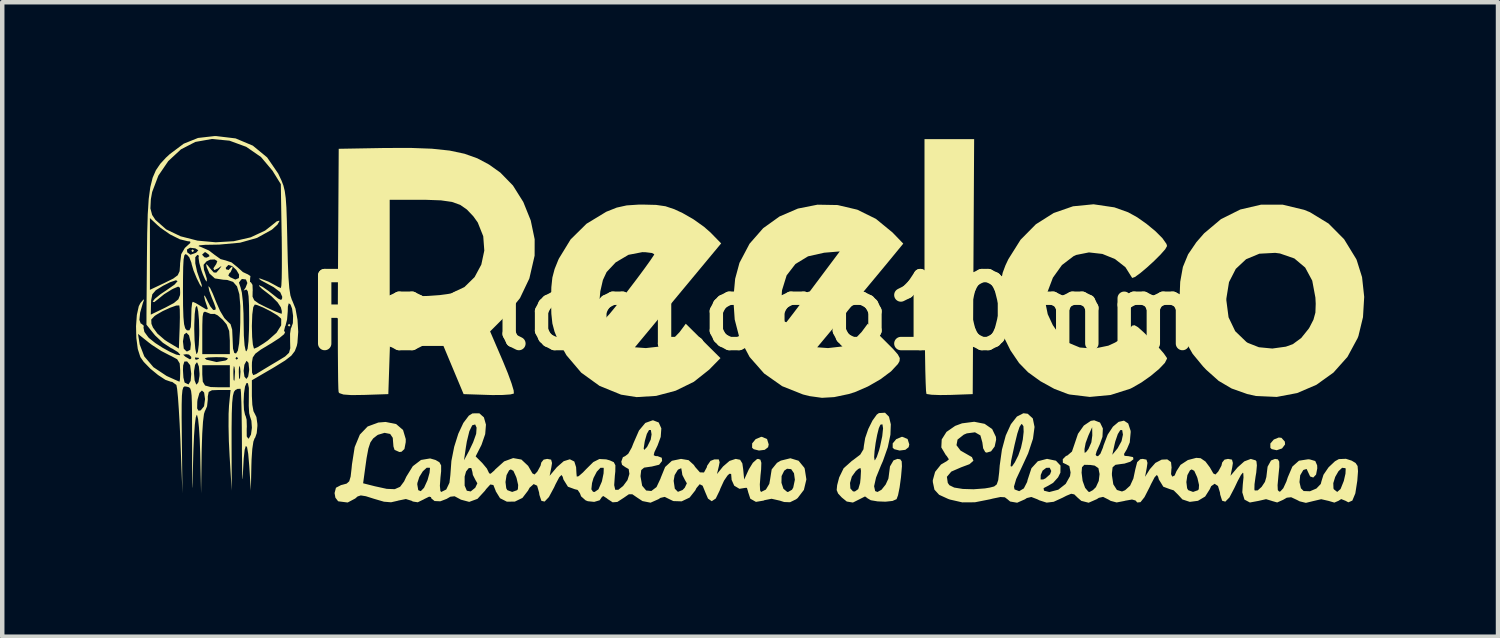
<source format=kicad_pcb>
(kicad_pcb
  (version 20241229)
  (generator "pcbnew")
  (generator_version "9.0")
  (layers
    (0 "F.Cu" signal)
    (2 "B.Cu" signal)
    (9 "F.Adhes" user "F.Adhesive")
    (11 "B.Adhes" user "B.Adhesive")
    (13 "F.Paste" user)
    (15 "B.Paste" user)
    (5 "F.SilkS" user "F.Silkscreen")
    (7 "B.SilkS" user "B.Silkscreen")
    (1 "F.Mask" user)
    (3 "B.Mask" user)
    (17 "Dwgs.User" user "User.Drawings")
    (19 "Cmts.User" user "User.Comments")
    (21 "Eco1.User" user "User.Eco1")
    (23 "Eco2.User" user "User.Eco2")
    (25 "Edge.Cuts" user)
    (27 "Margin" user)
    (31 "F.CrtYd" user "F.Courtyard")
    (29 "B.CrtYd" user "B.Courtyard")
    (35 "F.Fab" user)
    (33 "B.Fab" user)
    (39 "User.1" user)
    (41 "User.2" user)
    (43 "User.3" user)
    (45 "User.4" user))
  (footprint "ReelcoLogo10mm"
    (layer "F.Cu")
    (at 13.845 3.963)
    (property "Reference" "ReelcoLogo10mm" (at 0 0 0) (layer "F.SilkS") (effects (font (size 1.524 1.524) (thickness 0.3))))
    (attr board_only exclude_from_pos_files exclude_from_bom)
    (fp_poly (pts (xy -12.545 -1.391) (xy -12.576 -1.36) (xy -12.607 -1.391) (xy -12.576 -1.421)) (stroke (width 0) (type solid)) (fill yes) (layer "F.SilkS"))
    (fp_poly (pts (xy -10.382 0.278) (xy -10.413 0.309) (xy -10.444 0.278) (xy -10.413 0.247)) (stroke (width 0) (type solid)) (fill yes) (layer "F.SilkS"))
    (fp_poly (pts (xy 11.835 2.803) (xy 11.911 2.888) (xy 11.916 2.951) (xy 11.848 3.041) (xy 11.728 3.081) (xy 11.616 3.056) (xy 11.586 3.026) (xy 11.586 2.931) (xy 11.663 2.841) (xy 11.774 2.796)) (stroke (width 0) (type solid)) (fill yes) (layer "F.SilkS"))
    (fp_poly (pts (xy 0.302 2.83) (xy 0.339 2.951) (xy 0.326 3.013) (xy 0.25 3.072) (xy 0.121 3.088) (xy 0.003 3.058) (xy -0.033 3.026) (xy -0.032 2.928) (xy 0.046 2.833) (xy 0.166 2.782) (xy 0.186 2.781)) (stroke (width 0) (type solid)) (fill yes) (layer "F.SilkS"))
    (fp_poly (pts (xy 3.453 2.83) (xy 3.491 2.951) (xy 3.477 3.013) (xy 3.402 3.072) (xy 3.273 3.088) (xy 3.155 3.058) (xy 3.119 3.026) (xy 3.119 2.928) (xy 3.198 2.833) (xy 3.318 2.782) (xy 3.338 2.781)) (stroke (width 0) (type solid)) (fill yes) (layer "F.SilkS"))
    (fp_poly (pts (xy 4.929 -1.035) (xy 4.913 1.823) (xy 4.416 1.841) (xy 4.179 1.844) (xy 3.991 1.837) (xy 3.885 1.821) (xy 3.875 1.815) (xy 3.866 1.746) (xy 3.858 1.566) (xy 3.85 1.288) (xy 3.844 0.923) (xy 3.839 0.484) (xy 3.835 -0.016) (xy 3.832 -0.564) (xy 3.832 -1.061) (xy 3.832 -3.893) (xy 4.945 -3.893)) (stroke (width 0) (type solid)) (fill yes) (layer "F.SilkS"))
    (fp_poly (pts (xy 11.864 -2.424) (xy 12.342 -2.309) (xy 12.473 -2.256) (xy 12.891 -2.001) (xy 13.24 -1.649) (xy 13.51 -1.208) (xy 13.521 -1.185) (xy 13.642 -0.799) (xy 13.69 -0.357) (xy 13.663 0.097) (xy 13.561 0.519) (xy 13.542 0.568) (xy 13.315 0.988) (xy 13.001 1.34) (xy 12.619 1.614) (xy 12.188 1.799) (xy 11.729 1.886) (xy 11.261 1.865) (xy 11.067 1.821) (xy 10.718 1.697) (xy 10.428 1.527) (xy 10.15 1.279) (xy 10.075 1.2) (xy 9.844 0.92) (xy 9.688 0.648) (xy 9.596 0.35) (xy 9.554 -0.011) (xy 9.548 -0.278) (xy 9.548 -0.283) (xy 10.599 -0.283) (xy 10.649 0.101) (xy 10.798 0.412) (xy 11.048 0.653) (xy 11.08 0.674) (xy 11.329 0.772) (xy 11.63 0.801) (xy 11.934 0.759) (xy 12.09 0.703) (xy 12.277 0.566) (xy 12.445 0.357) (xy 12.462 0.33) (xy 12.552 0.155) (xy 12.596 -0.004) (xy 12.603 -0.203) (xy 12.596 -0.341) (xy 12.525 -0.721) (xy 12.367 -1.014) (xy 12.125 -1.218) (xy 11.802 -1.33) (xy 11.694 -1.344) (xy 11.34 -1.325) (xy 11.042 -1.201) (xy 10.811 -0.985) (xy 10.659 -0.688) (xy 10.6 -0.322) (xy 10.599 -0.283) (xy 9.548 -0.283) (xy 9.565 -0.694) (xy 9.625 -1.027) (xy 9.742 -1.311) (xy 9.928 -1.584) (xy 10.101 -1.782) (xy 10.479 -2.1) (xy 10.912 -2.316) (xy 11.38 -2.425)) (stroke (width 0) (type solid)) (fill yes) (layer "F.SilkS"))
    (fp_poly (pts (xy 1.883 -2.416) (xy 2.325 -2.312) (xy 2.743 -2.106) (xy 3.115 -1.801) (xy 3.356 -1.551) (xy 3.011 -1.131) (xy 2.842 -0.927) (xy 2.62 -0.66) (xy 2.37 -0.359) (xy 2.118 -0.055) (xy 2.046 0.031) (xy 1.427 0.773) (xy 1.668 0.791) (xy 1.976 0.756) (xy 2.251 0.609) (xy 2.422 0.43) (xy 2.559 0.245) (xy 2.943 0.626) (xy 3.127 0.81) (xy 3.234 0.933) (xy 3.278 1.015) (xy 3.273 1.082) (xy 3.236 1.148) (xy 3.081 1.314) (xy 2.845 1.49) (xy 2.563 1.652) (xy 2.273 1.778) (xy 2.135 1.821) (xy 1.807 1.89) (xy 1.533 1.906) (xy 1.257 1.868) (xy 1.108 1.831) (xy 0.641 1.645) (xy 0.236 1.36) (xy -0.089 0.991) (xy -0.317 0.561) (xy -0.423 0.151) (xy -0.452 -0.274) (xy 0.624 -0.274) (xy 0.634 -0.075) (xy 0.658 0.093) (xy 0.694 0.198) (xy 0.735 0.211) (xy 0.737 0.209) (xy 0.789 0.143) (xy 0.902 -0.004) (xy 1.06 -0.213) (xy 1.25 -0.465) (xy 1.359 -0.611) (xy 1.932 -1.376) (xy 1.582 -1.347) (xy 1.221 -1.266) (xy 0.938 -1.094) (xy 0.741 -0.839) (xy 0.639 -0.509) (xy 0.635 -0.474) (xy 0.624 -0.274) (xy -0.452 -0.274) (xy -0.455 -0.307) (xy -0.413 -0.763) (xy -0.316 -1.121) (xy -0.09 -1.549) (xy 0.215 -1.897) (xy 0.582 -2.16) (xy 0.994 -2.337) (xy 1.433 -2.424)) (stroke (width 0) (type solid)) (fill yes) (layer "F.SilkS"))
    (fp_poly (pts (xy -7.212 -3.679) (xy -6.814 -3.637) (xy -6.48 -3.566) (xy -6.192 -3.463) (xy -5.931 -3.324) (xy -5.678 -3.144) (xy -5.677 -3.143) (xy -5.395 -2.854) (xy -5.163 -2.485) (xy -4.996 -2.071) (xy -4.908 -1.649) (xy -4.909 -1.281) (xy -5.027 -0.77) (xy -5.237 -0.329) (xy -5.552 0.061) (xy -5.559 0.069) (xy -5.907 0.417) (xy -5.618 1.089) (xy -5.509 1.355) (xy -5.427 1.58) (xy -5.379 1.74) (xy -5.374 1.81) (xy -5.452 1.83) (xy -5.623 1.842) (xy -5.855 1.844) (xy -5.96 1.841) (xy -6.501 1.823) (xy -6.727 1.283) (xy -6.953 0.743) (xy -7.553 0.742) (xy -8.153 0.742) (xy -8.189 1.823) (xy -8.73 1.841) (xy -9.016 1.845) (xy -9.195 1.832) (xy -9.286 1.801) (xy -9.303 1.779) (xy -9.309 1.702) (xy -9.314 1.515) (xy -9.317 1.23) (xy -9.32 0.861) (xy -9.321 0.42) (xy -9.321 -0.079) (xy -9.32 -0.371) (xy -8.158 -0.371) (xy -7.586 -0.371) (xy -7.301 -0.378) (xy -7.035 -0.397) (xy -6.832 -0.425) (xy -6.781 -0.436) (xy -6.483 -0.577) (xy -6.255 -0.8) (xy -6.104 -1.081) (xy -6.037 -1.395) (xy -6.061 -1.717) (xy -6.184 -2.025) (xy -6.282 -2.162) (xy -6.427 -2.315) (xy -6.578 -2.42) (xy -6.763 -2.486) (xy -7.008 -2.521) (xy -7.34 -2.533) (xy -7.475 -2.534) (xy -8.158 -2.534) (xy -8.158 -0.371) (xy -9.32 -0.371) (xy -9.319 -0.624) (xy -9.317 -0.989) (xy -9.301 -3.677) (xy -8.281 -3.695) (xy -7.695 -3.697)) (stroke (width 0) (type solid)) (fill yes) (layer "F.SilkS"))
    (fp_poly (pts (xy -2.185 -2.419) (xy -1.976 -2.389) (xy -1.778 -2.323) (xy -1.591 -2.236) (xy -1.347 -2.096) (xy -1.111 -1.928) (xy -0.966 -1.801) (xy -0.727 -1.556) (xy -1.694 -0.392) (xy -2.661 0.773) (xy -2.416 0.791) (xy -2.103 0.756) (xy -1.827 0.609) (xy -1.657 0.43) (xy -1.52 0.245) (xy -1.131 0.63) (xy -0.742 1.016) (xy -0.997 1.276) (xy -1.339 1.547) (xy -1.746 1.746) (xy -2.185 1.863) (xy -2.624 1.89) (xy -2.971 1.835) (xy -3.454 1.638) (xy -3.864 1.342) (xy -4.196 0.951) (xy -4.381 0.621) (xy -4.462 0.424) (xy -4.511 0.239) (xy -4.534 0.02) (xy -4.539 -0.209) (xy -3.461 -0.209) (xy -3.447 0.039) (xy -3.435 0.094) (xy -3.415 0.149) (xy -3.382 0.164) (xy -3.326 0.129) (xy -3.234 0.032) (xy -3.095 -0.138) (xy -2.898 -0.392) (xy -2.811 -0.506) (xy -2.61 -0.77) (xy -2.439 -1.001) (xy -2.311 -1.18) (xy -2.238 -1.289) (xy -2.226 -1.313) (xy -2.28 -1.341) (xy -2.419 -1.358) (xy -2.494 -1.36) (xy -2.805 -1.3) (xy -3.092 -1.13) (xy -3.295 -0.914) (xy -3.378 -0.735) (xy -3.436 -0.483) (xy -3.461 -0.209) (xy -4.539 -0.209) (xy -4.54 -0.277) (xy -4.54 -0.278) (xy -4.534 -0.573) (xy -4.511 -0.791) (xy -4.461 -0.981) (xy -4.377 -1.189) (xy -4.362 -1.22) (xy -4.102 -1.645) (xy -3.745 -1.997) (xy -3.305 -2.264) (xy -3.294 -2.269) (xy -3.067 -2.359) (xy -2.845 -2.408) (xy -2.573 -2.426) (xy -2.463 -2.426)) (stroke (width 0) (type solid)) (fill yes) (layer "F.SilkS"))
    (fp_poly (pts (xy 8.09 -2.364) (xy 8.397 -2.254) (xy 8.597 -2.144) (xy 8.809 -1.995) (xy 9.008 -1.831) (xy 9.166 -1.673) (xy 9.257 -1.544) (xy 9.27 -1.498) (xy 9.23 -1.426) (xy 9.125 -1.307) (xy 8.981 -1.163) (xy 8.82 -1.016) (xy 8.669 -0.889) (xy 8.55 -0.803) (xy 8.489 -0.781) (xy 8.486 -0.785) (xy 8.336 -1.023) (xy 8.103 -1.205) (xy 7.82 -1.32) (xy 7.519 -1.354) (xy 7.233 -1.297) (xy 7.173 -1.269) (xy 6.914 -1.071) (xy 6.711 -0.788) (xy 6.585 -0.456) (xy 6.551 -0.183) (xy 6.595 0.032) (xy 6.709 0.277) (xy 6.867 0.504) (xy 7.039 0.664) (xy 7.315 0.778) (xy 7.633 0.803) (xy 7.953 0.737) (xy 8.103 0.668) (xy 8.248 0.58) (xy 8.335 0.514) (xy 8.345 0.498) (xy 8.38 0.428) (xy 8.438 0.343) (xy 8.488 0.288) (xy 8.541 0.278) (xy 8.619 0.323) (xy 8.744 0.435) (xy 8.9 0.588) (xy 9.07 0.764) (xy 9.198 0.912) (xy 9.265 1.009) (xy 9.27 1.026) (xy 9.221 1.123) (xy 9.092 1.258) (xy 8.909 1.411) (xy 8.7 1.559) (xy 8.492 1.679) (xy 8.443 1.703) (xy 8.005 1.842) (xy 7.538 1.886) (xy 7.088 1.832) (xy 7.045 1.821) (xy 6.742 1.705) (xy 6.43 1.533) (xy 6.154 1.333) (xy 5.956 1.13) (xy 5.953 1.127) (xy 5.761 0.845) (xy 5.636 0.594) (xy 5.565 0.332) (xy 5.535 0.016) (xy 5.531 -0.216) (xy 5.535 -0.514) (xy 5.55 -0.728) (xy 5.585 -0.898) (xy 5.646 -1.062) (xy 5.712 -1.202) (xy 5.986 -1.638) (xy 6.329 -1.985) (xy 6.727 -2.237) (xy 7.162 -2.388) (xy 7.622 -2.433)) (stroke (width 0) (type solid)) (fill yes) (layer "F.SilkS"))
    (fp_poly (pts (xy 3.036 2.33) (xy 3.077 2.5) (xy 3.068 2.734) (xy 3.009 3.014) (xy 2.9 3.323) (xy 2.857 3.42) (xy 2.746 3.693) (xy 2.702 3.888) (xy 2.726 3.997) (xy 2.778 4.017) (xy 2.868 3.967) (xy 2.961 3.851) (xy 3.022 3.719) (xy 3.029 3.672) (xy 3.058 3.445) (xy 3.137 3.309) (xy 3.226 3.275) (xy 3.289 3.285) (xy 3.321 3.331) (xy 3.326 3.441) (xy 3.309 3.642) (xy 3.304 3.693) (xy 3.274 3.914) (xy 3.239 4.089) (xy 3.206 4.178) (xy 3.115 4.218) (xy 2.957 4.235) (xy 2.78 4.228) (xy 2.628 4.202) (xy 2.55 4.156) (xy 2.548 4.152) (xy 2.499 4.117) (xy 2.391 4.172) (xy 2.227 4.254) (xy 2.089 4.231) (xy 1.978 4.141) (xy 1.895 4.052) (xy 1.863 3.974) (xy 1.874 3.863) (xy 1.887 3.814) (xy 2.162 3.814) (xy 2.17 3.938) (xy 2.229 4.004) (xy 2.271 4.006) (xy 2.347 3.953) (xy 2.388 3.816) (xy 2.399 3.71) (xy 2.408 3.542) (xy 2.396 3.479) (xy 2.348 3.5) (xy 2.291 3.55) (xy 2.203 3.672) (xy 2.162 3.814) (xy 1.887 3.814) (xy 1.919 3.691) (xy 2.019 3.485) (xy 2.205 3.319) (xy 2.228 3.304) (xy 2.317 3.236) (xy 2.703 3.236) (xy 2.713 3.304) (xy 2.722 3.304) (xy 2.762 3.233) (xy 2.813 3.084) (xy 2.835 3.002) (xy 2.885 2.765) (xy 2.903 2.591) (xy 2.889 2.5) (xy 2.844 2.508) (xy 2.808 2.587) (xy 2.771 2.735) (xy 2.737 2.916) (xy 2.713 3.095) (xy 2.703 3.236) (xy 2.317 3.236) (xy 2.392 3.179) (xy 2.464 3.059) (xy 2.473 2.981) (xy 2.502 2.807) (xy 2.572 2.604) (xy 2.666 2.415) (xy 2.762 2.282) (xy 2.81 2.248) (xy 2.947 2.24)) (stroke (width 0) (type solid)) (fill yes) (layer "F.SilkS"))
    (fp_poly (pts (xy 6.145 2.263) (xy 6.26 2.368) (xy 6.299 2.559) (xy 6.264 2.824) (xy 6.155 3.153) (xy 6.013 3.461) (xy 5.888 3.727) (xy 5.838 3.896) (xy 5.85 3.959) (xy 5.955 3.999) (xy 6.059 3.937) (xy 6.133 3.793) (xy 6.143 3.748) (xy 6.147 3.736) (xy 6.435 3.736) (xy 6.493 3.737) (xy 6.546 3.711) (xy 6.647 3.62) (xy 6.674 3.547) (xy 6.639 3.473) (xy 6.561 3.476) (xy 6.48 3.538) (xy 6.438 3.636) (xy 6.435 3.736) (xy 6.147 3.736) (xy 6.23 3.484) (xy 6.373 3.328) (xy 6.576 3.275) (xy 6.583 3.275) (xy 6.779 3.316) (xy 6.881 3.425) (xy 6.879 3.584) (xy 6.827 3.689) (xy 6.715 3.813) (xy 6.606 3.877) (xy 6.502 3.931) (xy 6.511 3.988) (xy 6.625 4.017) (xy 6.635 4.017) (xy 6.831 3.966) (xy 6.997 3.836) (xy 7.095 3.662) (xy 7.106 3.585) (xy 7.354 3.585) (xy 7.377 3.768) (xy 7.433 3.924) (xy 7.507 4.011) (xy 7.532 4.017) (xy 7.608 3.975) (xy 7.675 3.909) (xy 7.739 3.769) (xy 7.757 3.615) (xy 7.731 3.483) (xy 7.648 3.426) (xy 7.55 3.411) (xy 7.415 3.408) (xy 7.363 3.462) (xy 7.354 3.585) (xy 7.106 3.585) (xy 7.107 3.58) (xy 7.079 3.436) (xy 7.014 3.399) (xy 6.934 3.362) (xy 6.932 3.282) (xy 7.003 3.211) (xy 7.037 3.198) (xy 7.138 3.111) (xy 7.157 3.055) (xy 7.419 3.055) (xy 7.422 3.139) (xy 7.454 3.123) (xy 7.507 3.055) (xy 7.573 2.905) (xy 7.594 2.75) (xy 7.591 2.565) (xy 7.507 2.75) (xy 7.445 2.918) (xy 7.419 3.055) (xy 7.157 3.055) (xy 7.193 2.95) (xy 7.273 2.713) (xy 7.404 2.528) (xy 7.56 2.423) (xy 7.636 2.41) (xy 7.767 2.46) (xy 7.831 2.592) (xy 7.822 2.781) (xy 7.764 2.944) (xy 7.691 3.106) (xy 7.669 3.185) (xy 7.694 3.212) (xy 7.723 3.214) (xy 7.753 3.183) (xy 8.042 3.183) (xy 8.162 3.037) (xy 8.25 2.877) (xy 8.281 2.731) (xy 8.264 2.629) (xy 8.221 2.63) (xy 8.166 2.719) (xy 8.11 2.882) (xy 8.095 2.943) (xy 8.042 3.183) (xy 7.753 3.183) (xy 7.775 3.16) (xy 7.831 3.026) (xy 7.846 2.974) (xy 7.939 2.731) (xy 8.057 2.552) (xy 8.184 2.445) (xy 8.304 2.418) (xy 8.399 2.481) (xy 8.452 2.642) (xy 8.455 2.67) (xy 8.434 2.905) (xy 8.37 3.056) (xy 8.305 3.166) (xy 8.316 3.207) (xy 8.403 3.214) (xy 8.508 3.235) (xy 8.516 3.284) (xy 8.446 3.339) (xy 8.314 3.381) (xy 8.261 3.387) (xy 8.113 3.408) (xy 8.049 3.464) (xy 8.034 3.594) (xy 8.034 3.642) (xy 8.065 3.845) (xy 8.146 3.972) (xy 8.26 4.006) (xy 8.329 3.978) (xy 8.442 3.875) (xy 8.515 3.715) (xy 8.559 3.507) (xy 8.6 3.348) (xy 8.669 3.283) (xy 8.724 3.275) (xy 8.809 3.292) (xy 8.831 3.365) (xy 8.815 3.476) (xy 8.777 3.677) (xy 8.885 3.505) (xy 9.009 3.365) (xy 9.149 3.292) (xy 9.275 3.286) (xy 9.359 3.347) (xy 9.372 3.477) (xy 9.368 3.495) (xy 9.36 3.618) (xy 9.387 3.673) (xy 9.44 3.648) (xy 9.482 3.549) (xy 9.572 3.409) (xy 9.737 3.301) (xy 9.925 3.252) (xy 10.023 3.26) (xy 10.131 3.334) (xy 10.233 3.47) (xy 10.238 3.48) (xy 10.308 3.602) (xy 10.356 3.625) (xy 10.415 3.562) (xy 10.421 3.553) (xy 10.489 3.428) (xy 10.506 3.356) (xy 10.558 3.292) (xy 10.637 3.275) (xy 10.726 3.292) (xy 10.746 3.367) (xy 10.731 3.465) (xy 10.693 3.654) (xy 10.852 3.465) (xy 11.002 3.331) (xy 11.147 3.276) (xy 11.256 3.308) (xy 11.274 3.33) (xy 11.284 3.42) (xy 11.27 3.582) (xy 11.255 3.668) (xy 11.231 3.843) (xy 11.228 3.96) (xy 11.236 3.984) (xy 11.303 3.981) (xy 11.39 3.903) (xy 11.465 3.79) (xy 11.496 3.683) (xy 11.524 3.45) (xy 11.601 3.311) (xy 11.691 3.275) (xy 11.755 3.286) (xy 11.785 3.337) (xy 11.787 3.455) (xy 11.767 3.654) (xy 11.748 3.864) (xy 11.753 3.975) (xy 11.785 4.009) (xy 11.81 4.005) (xy 11.876 3.933) (xy 11.946 3.782) (xy 11.977 3.688) (xy 12.08 3.447) (xy 12.227 3.316) (xy 12.432 3.284) (xy 12.471 3.287) (xy 12.593 3.323) (xy 12.635 3.42) (xy 12.638 3.487) (xy 12.611 3.627) (xy 12.548 3.693) (xy 12.478 3.669) (xy 12.441 3.59) (xy 12.399 3.501) (xy 12.331 3.522) (xy 12.322 3.529) (xy 12.255 3.643) (xy 12.239 3.796) (xy 12.271 3.934) (xy 12.333 3.996) (xy 12.474 4.001) (xy 12.619 3.939) (xy 12.716 3.838) (xy 12.721 3.819) (xy 12.997 3.819) (xy 13.001 3.938) (xy 13.011 3.958) (xy 13.085 4.016) (xy 13.16 3.951) (xy 13.233 3.769) (xy 13.27 3.607) (xy 13.275 3.499) (xy 13.268 3.483) (xy 13.195 3.475) (xy 13.113 3.552) (xy 13.04 3.679) (xy 12.997 3.819) (xy 12.721 3.819) (xy 12.731 3.779) (xy 12.777 3.631) (xy 12.891 3.464) (xy 13.035 3.328) (xy 13.121 3.28) (xy 13.28 3.273) (xy 13.408 3.314) (xy 13.497 3.367) (xy 13.542 3.435) (xy 13.551 3.552) (xy 13.536 3.755) (xy 13.535 3.767) (xy 13.491 4.049) (xy 13.424 4.21) (xy 13.335 4.249) (xy 13.27 4.214) (xy 13.174 4.176) (xy 13.114 4.215) (xy 13.021 4.255) (xy 12.892 4.217) (xy 12.726 4.179) (xy 12.547 4.221) (xy 12.383 4.261) (xy 12.243 4.227) (xy 12.184 4.196) (xy 12.053 4.135) (xy 11.955 4.145) (xy 11.872 4.193) (xy 11.739 4.252) (xy 11.623 4.219) (xy 11.619 4.217) (xy 11.49 4.178) (xy 11.32 4.217) (xy 11.127 4.253) (xy 11.006 4.188) (xy 10.957 4.025) (xy 10.968 3.851) (xy 10.984 3.69) (xy 10.979 3.595) (xy 10.97 3.584) (xy 10.927 3.636) (xy 10.854 3.771) (xy 10.779 3.929) (xy 10.669 4.139) (xy 10.576 4.234) (xy 10.505 4.213) (xy 10.461 4.074) (xy 10.456 4.028) (xy 10.412 3.883) (xy 10.337 3.833) (xy 10.259 3.887) (xy 10.227 3.957) (xy 10.124 4.119) (xy 9.963 4.215) (xy 9.78 4.239) (xy 9.614 4.184) (xy 9.517 4.078) (xy 9.418 3.98) (xy 9.337 3.955) (xy 9.186 3.899) (xy 9.122 3.794) (xy 9.703 3.794) (xy 9.72 3.934) (xy 9.744 3.976) (xy 9.853 4.016) (xy 9.962 3.978) (xy 9.981 3.955) (xy 9.987 3.86) (xy 9.952 3.708) (xy 9.942 3.679) (xy 9.88 3.543) (xy 9.822 3.511) (xy 9.784 3.532) (xy 9.726 3.639) (xy 9.703 3.794) (xy 9.122 3.794) (xy 9.086 3.737) (xy 9.07 3.677) (xy 9.042 3.635) (xy 8.992 3.686) (xy 8.911 3.84) (xy 8.879 3.909) (xy 8.764 4.133) (xy 8.675 4.245) (xy 8.603 4.253) (xy 8.563 4.208) (xy 8.484 4.186) (xy 8.331 4.213) (xy 8.315 4.218) (xy 8.14 4.252) (xy 8.005 4.216) (xy 7.958 4.188) (xy 7.836 4.127) (xy 7.741 4.148) (xy 7.695 4.178) (xy 7.512 4.258) (xy 7.347 4.216) (xy 7.265 4.144) (xy 7.19 4.071) (xy 7.121 4.057) (xy 7.012 4.102) (xy 6.931 4.144) (xy 6.728 4.237) (xy 6.571 4.256) (xy 6.41 4.205) (xy 6.36 4.18) (xy 6.227 4.129) (xy 6.126 4.153) (xy 6.086 4.18) (xy 5.909 4.258) (xy 5.752 4.231) (xy 5.693 4.181) (xy 5.633 4.136) (xy 5.535 4.13) (xy 5.364 4.165) (xy 5.301 4.181) (xy 4.962 4.248) (xy 4.679 4.25) (xy 4.403 4.187) (xy 4.363 4.173) (xy 4.16 4.08) (xy 4.055 3.965) (xy 4.019 3.796) (xy 4.018 3.754) (xy 4.07 3.566) (xy 4.202 3.401) (xy 4.333 3.325) (xy 4.379 3.285) (xy 4.33 3.21) (xy 4.31 3.189) (xy 4.209 3.018) (xy 4.218 2.839) (xy 4.325 2.67) (xy 4.52 2.535) (xy 4.674 2.478) (xy 4.947 2.443) (xy 5.18 2.489) (xy 5.349 2.606) (xy 5.433 2.782) (xy 5.438 2.845) (xy 5.405 2.998) (xy 5.324 3.106) (xy 5.225 3.135) (xy 5.194 3.123) (xy 5.147 3.038) (xy 5.129 2.905) (xy 5.085 2.748) (xy 4.964 2.679) (xy 4.781 2.703) (xy 4.713 2.732) (xy 4.573 2.842) (xy 4.549 2.968) (xy 4.64 3.089) (xy 4.743 3.148) (xy 4.896 3.236) (xy 4.929 3.317) (xy 4.841 3.394) (xy 4.651 3.465) (xy 4.433 3.56) (xy 4.334 3.677) (xy 4.354 3.813) (xy 4.39 3.865) (xy 4.498 3.918) (xy 4.69 3.949) (xy 4.932 3.956) (xy 5.186 3.937) (xy 5.299 3.918) (xy 5.394 3.893) (xy 5.452 3.847) (xy 5.485 3.751) (xy 5.506 3.576) (xy 5.517 3.438) (xy 5.762 3.438) (xy 5.792 3.447) (xy 5.857 3.353) (xy 5.935 3.198) (xy 5.995 3.028) (xy 6.036 2.841) (xy 6.055 2.668) (xy 6.05 2.542) (xy 6.016 2.494) (xy 6.001 2.499) (xy 5.962 2.56) (xy 5.913 2.708) (xy 5.853 2.954) (xy 5.776 3.309) (xy 5.774 3.322) (xy 5.762 3.438) (xy 5.517 3.438) (xy 5.517 3.432) (xy 5.568 3.067) (xy 5.654 2.75) (xy 5.769 2.498) (xy 5.904 2.326) (xy 6.049 2.252)) (stroke (width 0) (type solid)) (fill yes) (layer "F.SilkS"))
    (fp_poly (pts (xy -6.046 2.344) (xy -6 2.507) (xy -6.017 2.72) (xy -6.1 2.961) (xy -6.113 2.987) (xy -6.231 3.219) (xy -6.082 3.368) (xy -5.979 3.492) (xy -5.931 3.592) (xy -5.931 3.597) (xy -5.897 3.609) (xy -5.815 3.538) (xy -5.792 3.511) (xy -5.592 3.331) (xy -5.39 3.257) (xy -5.205 3.29) (xy -5.055 3.431) (xy -5.028 3.477) (xy -4.958 3.6) (xy -4.91 3.625) (xy -4.851 3.564) (xy -4.844 3.553) (xy -4.776 3.428) (xy -4.759 3.356) (xy -4.707 3.292) (xy -4.627 3.275) (xy -4.539 3.292) (xy -4.519 3.367) (xy -4.534 3.465) (xy -4.572 3.654) (xy -4.41 3.461) (xy -4.257 3.327) (xy -4.119 3.284) (xy -4.019 3.334) (xy -3.979 3.461) (xy -3.971 3.602) (xy -3.964 3.672) (xy -3.923 3.664) (xy -3.827 3.581) (xy -3.754 3.505) (xy -3.593 3.346) (xy -3.457 3.278) (xy -3.304 3.286) (xy -3.222 3.309) (xy -3.134 3.349) (xy -3.098 3.419) (xy -3.1 3.557) (xy -3.11 3.649) (xy -3.125 3.864) (xy -3.102 3.968) (xy -3.033 3.969) (xy -2.925 3.883) (xy -2.827 3.751) (xy -2.784 3.612) (xy -2.8 3.503) (xy -2.874 3.461) (xy -2.949 3.409) (xy -2.966 3.337) (xy -2.93 3.237) (xy -2.88 3.214) (xy -2.81 3.16) (xy -2.744 3.043) (xy -2.464 3.043) (xy -2.451 3.074) (xy -2.394 3.014) (xy -2.384 3.001) (xy -2.306 2.843) (xy -2.287 2.726) (xy -2.303 2.627) (xy -2.344 2.628) (xy -2.393 2.715) (xy -2.437 2.869) (xy -2.444 2.907) (xy -2.464 3.043) (xy -2.744 3.043) (xy -2.732 3.022) (xy -2.694 2.925) (xy -2.569 2.639) (xy -2.427 2.469) (xy -2.262 2.41) (xy -2.253 2.41) (xy -2.127 2.459) (xy -2.068 2.591) (xy -2.082 2.783) (xy -2.152 2.974) (xy -2.223 3.123) (xy -2.239 3.192) (xy -2.199 3.212) (xy -2.151 3.214) (xy -2.058 3.25) (xy -2.051 3.322) (xy -2.117 3.406) (xy -2.284 3.447) (xy -2.303 3.449) (xy -2.454 3.471) (xy -2.519 3.526) (xy -2.534 3.65) (xy -2.534 3.673) (xy -2.498 3.877) (xy -2.408 3.984) (xy -2.292 3.995) (xy -2.176 3.907) (xy -2.11 3.767) (xy -1.792 3.767) (xy -1.766 3.943) (xy -1.696 4.014) (xy -1.592 3.973) (xy -1.543 3.922) (xy -1.496 3.823) (xy -1.535 3.755) (xy -1.597 3.635) (xy -1.607 3.565) (xy -1.622 3.484) (xy -1.686 3.512) (xy -1.7 3.523) (xy -1.77 3.639) (xy -1.792 3.767) (xy -2.11 3.767) (xy -2.087 3.718) (xy -2.083 3.703) (xy -1.983 3.457) (xy -1.832 3.318) (xy -1.627 3.275) (xy -1.457 3.304) (xy -1.339 3.411) (xy -1.309 3.457) (xy -1.203 3.577) (xy -1.112 3.58) (xy -1.049 3.464) (xy -1.042 3.43) (xy -0.966 3.32) (xy -0.878 3.286) (xy -0.781 3.286) (xy -0.761 3.348) (xy -0.779 3.441) (xy -0.821 3.615) (xy -0.684 3.445) (xy -0.54 3.321) (xy -0.401 3.275) (xy -0.302 3.295) (xy -0.252 3.376) (xy -0.233 3.507) (xy -0.211 3.739) (xy -0.105 3.507) (xy -0.016 3.362) (xy 0.075 3.281) (xy 0.1 3.275) (xy 0.153 3.293) (xy 0.174 3.363) (xy 0.169 3.513) (xy 0.155 3.646) (xy 0.14 3.847) (xy 0.146 3.979) (xy 0.167 4.017) (xy 0.276 3.963) (xy 0.353 3.834) (xy 0.357 3.811) (xy 0.625 3.811) (xy 0.669 3.945) (xy 0.753 4.015) (xy 0.773 4.017) (xy 0.861 3.967) (xy 0.889 3.919) (xy 0.926 3.743) (xy 0.906 3.597) (xy 0.843 3.505) (xy 0.75 3.496) (xy 0.687 3.54) (xy 0.628 3.66) (xy 0.625 3.811) (xy 0.357 3.811) (xy 0.371 3.732) (xy 0.406 3.511) (xy 0.525 3.364) (xy 0.61 3.314) (xy 0.825 3.261) (xy 1.009 3.317) (xy 1.137 3.473) (xy 1.146 3.494) (xy 1.184 3.735) (xy 1.128 3.97) (xy 0.988 4.154) (xy 0.951 4.182) (xy 0.817 4.247) (xy 0.685 4.242) (xy 0.588 4.211) (xy 0.403 4.169) (xy 0.244 4.201) (xy 0.225 4.21) (xy 0.053 4.239) (xy -0.073 4.168) (xy -0.124 4.013) (xy -0.124 4.006) (xy -0.149 3.925) (xy -0.186 3.925) (xy -0.317 3.946) (xy -0.434 3.876) (xy -0.493 3.744) (xy -0.494 3.722) (xy -0.503 3.612) (xy -0.542 3.609) (xy -0.585 3.649) (xy -0.663 3.764) (xy -0.743 3.937) (xy -0.761 3.986) (xy -0.848 4.164) (xy -0.938 4.224) (xy -1.022 4.165) (xy -1.079 4.032) (xy -1.142 3.877) (xy -1.208 3.843) (xy -1.282 3.931) (xy -1.307 3.982) (xy -1.434 4.142) (xy -1.612 4.227) (xy -1.799 4.221) (xy -1.872 4.186) (xy -1.992 4.127) (xy -2.088 4.149) (xy -2.131 4.178) (xy -2.31 4.257) (xy -2.491 4.221) (xy -2.605 4.146) (xy -2.717 4.069) (xy -2.797 4.069) (xy -2.907 4.145) (xy -3.053 4.24) (xy -3.159 4.249) (xy -3.272 4.175) (xy -3.286 4.162) (xy -3.369 4.108) (xy -3.399 4.127) (xy -3.451 4.203) (xy -3.573 4.239) (xy -3.717 4.224) (xy -3.767 4.204) (xy -3.867 4.115) (xy -3.893 4.046) (xy -3.944 3.971) (xy -4.001 3.957) (xy -3.637 3.957) (xy -3.6 4.012) (xy -3.564 4.017) (xy -3.478 3.958) (xy -3.404 3.789) (xy -3.397 3.764) (xy -3.363 3.599) (xy -3.359 3.491) (xy -3.366 3.474) (xy -3.433 3.475) (xy -3.515 3.562) (xy -3.589 3.704) (xy -3.622 3.817) (xy -3.637 3.957) (xy -4.001 3.957) (xy -4.009 3.955) (xy -4.162 3.899) (xy -4.263 3.737) (xy -4.279 3.677) (xy -4.307 3.636) (xy -4.357 3.687) (xy -4.439 3.842) (xy -4.472 3.914) (xy -4.589 4.131) (xy -4.685 4.232) (xy -4.757 4.216) (xy -4.802 4.082) (xy -4.809 4.028) (xy -4.853 3.876) (xy -4.93 3.84) (xy -5.021 3.921) (xy -5.057 3.987) (xy -5.182 4.15) (xy -5.351 4.232) (xy -5.53 4.235) (xy -5.684 4.157) (xy -5.781 3.999) (xy -5.783 3.988) (xy -5.834 3.861) (xy -5.902 3.849) (xy -5.998 3.954) (xy -6.022 3.989) (xy -6.19 4.171) (xy -6.375 4.239) (xy -6.563 4.189) (xy -6.579 4.179) (xy -6.703 4.113) (xy -6.798 4.123) (xy -6.882 4.172) (xy -7.023 4.226) (xy -7.152 4.22) (xy -7.226 4.16) (xy -7.231 4.133) (xy -7.274 4.122) (xy -7.38 4.174) (xy -7.391 4.181) (xy -7.529 4.248) (xy -7.639 4.231) (xy -7.665 4.215) (xy -7.795 4.175) (xy -7.968 4.21) (xy -7.978 4.214) (xy -8.128 4.248) (xy -8.287 4.235) (xy -8.503 4.172) (xy -8.693 4.112) (xy -8.806 4.094) (xy -8.879 4.118) (xy -8.93 4.163) (xy -9.1 4.253) (xy -9.306 4.227) (xy -9.316 4.223) (xy -9.376 4.144) (xy -9.394 4.041) (xy -9.363 3.922) (xy -9.248 3.862) (xy -9.217 3.855) (xy -9.123 3.829) (xy -9.066 3.778) (xy -9.034 3.672) (xy -9.012 3.482) (xy -9.004 3.398) (xy -8.943 3.011) (xy -8.827 2.73) (xy -8.653 2.549) (xy -8.413 2.46) (xy -8.25 2.447) (xy -8.014 2.494) (xy -7.859 2.627) (xy -7.798 2.831) (xy -7.799 2.901) (xy -7.828 3.054) (xy -7.893 3.115) (xy -7.941 3.121) (xy -8.049 3.073) (xy -8.074 2.997) (xy -8.085 2.859) (xy -8.089 2.803) (xy -8.148 2.716) (xy -8.273 2.691) (xy -8.421 2.735) (xy -8.44 2.747) (xy -8.529 2.817) (xy -8.591 2.906) (xy -8.636 3.043) (xy -8.676 3.256) (xy -8.702 3.441) (xy -8.754 3.822) (xy -8.49 3.889) (xy -8.224 3.947) (xy -8.045 3.954) (xy -7.925 3.901) (xy -7.884 3.846) (xy -7.54 3.846) (xy -7.518 3.976) (xy -7.462 3.999) (xy -7.388 3.923) (xy -7.311 3.754) (xy -7.307 3.741) (xy -7.264 3.585) (xy -7.255 3.485) (xy -7.26 3.473) (xy -7.329 3.474) (xy -7.416 3.554) (xy -7.494 3.68) (xy -7.537 3.814) (xy -7.54 3.846) (xy -7.884 3.846) (xy -7.835 3.78) (xy -7.786 3.675) (xy -7.64 3.439) (xy -7.456 3.299) (xy -7.252 3.265) (xy -7.13 3.3) (xy -7.044 3.35) (xy -7.005 3.422) (xy -7.005 3.553) (xy -7.02 3.693) (xy -7.033 3.878) (xy -7.022 3.994) (xy -7.003 4.017) (xy -6.89 3.961) (xy -6.818 3.81) (xy -6.802 3.672) (xy -6.478 3.672) (xy -6.478 3.874) (xy -6.429 3.989) (xy -6.342 4.005) (xy -6.24 3.922) (xy -6.193 3.823) (xy -6.209 3.794) (xy -5.562 3.794) (xy -5.545 3.934) (xy -5.521 3.976) (xy -5.412 4.016) (xy -5.303 3.978) (xy -5.284 3.955) (xy -5.278 3.86) (xy -5.313 3.708) (xy -5.323 3.679) (xy -5.385 3.543) (xy -5.443 3.511) (xy -5.481 3.532) (xy -5.538 3.639) (xy -5.562 3.794) (xy -6.209 3.794) (xy -6.232 3.755) (xy -6.294 3.634) (xy -6.304 3.567) (xy -6.329 3.479) (xy -6.386 3.482) (xy -6.446 3.558) (xy -6.478 3.672) (xy -6.802 3.672) (xy -6.798 3.637) (xy -6.775 3.322) (xy -6.772 3.306) (xy -6.492 3.306) (xy -6.376 3.09) (xy -6.287 2.902) (xy -6.224 2.726) (xy -6.219 2.708) (xy -6.21 2.574) (xy -6.242 2.503) (xy -6.308 2.522) (xy -6.372 2.654) (xy -6.429 2.887) (xy -6.452 3.028) (xy -6.492 3.306) (xy -6.772 3.306) (xy -6.712 3.004) (xy -6.62 2.711) (xy -6.507 2.469) (xy -6.384 2.306) (xy -6.302 2.255) (xy -6.149 2.253)) (stroke (width 0) (type solid)) (fill yes) (layer "F.SilkS"))
    (fp_poly (pts (xy -11.613 -3.91) (xy -11.227 -3.748) (xy -10.906 -3.484) (xy -10.658 -3.122) (xy -10.647 -3.099) (xy -10.587 -2.972) (xy -10.542 -2.857) (xy -10.511 -2.731) (xy -10.489 -2.573) (xy -10.474 -2.361) (xy -10.464 -2.075) (xy -10.455 -1.692) (xy -10.453 -1.579) (xy -10.442 -1.133) (xy -10.428 -0.796) (xy -10.409 -0.553) (xy -10.384 -0.389) (xy -10.351 -0.289) (xy -10.341 -0.27) (xy -10.27 -0.094) (xy -10.225 0.155) (xy -10.209 0.428) (xy -10.227 0.675) (xy -10.241 0.742) (xy -10.285 0.858) (xy -10.363 0.96) (xy -10.501 1.068) (xy -10.721 1.204) (xy -10.772 1.235) (xy -11.248 1.512) (xy -11.248 1.865) (xy -11.238 2.063) (xy -11.212 2.207) (xy -11.186 2.256) (xy -11.146 2.337) (xy -11.125 2.49) (xy -11.124 2.534) (xy -11.139 2.697) (xy -11.175 2.801) (xy -11.186 2.812) (xy -11.214 2.887) (xy -11.239 3.055) (xy -11.255 3.288) (xy -11.259 3.418) (xy -11.271 3.986) (xy -11.307 3.43) (xy -11.33 3.161) (xy -11.356 3.013) (xy -11.383 2.983) (xy -11.409 3.068) (xy -11.431 3.266) (xy -11.448 3.574) (xy -11.449 3.615) (xy -11.455 3.724) (xy -11.46 3.719) (xy -11.465 3.607) (xy -11.468 3.397) (xy -11.471 3.1) (xy -11.471 2.951) (xy -11.474 2.575) (xy -11.478 2.244) (xy -11.484 1.999) (xy -11.433 1.999) (xy -11.425 2.175) (xy -11.4 2.293) (xy -11.389 2.31) (xy -11.366 2.394) (xy -11.361 2.551) (xy -11.364 2.605) (xy -11.363 2.772) (xy -11.328 2.821) (xy -11.315 2.815) (xy -11.268 2.73) (xy -11.248 2.581) (xy -11.248 2.571) (xy -11.259 2.42) (xy -11.288 2.329) (xy -11.289 2.327) (xy -11.309 2.248) (xy -11.318 2.084) (xy -11.316 1.909) (xy -11.315 1.685) (xy -11.337 1.579) (xy -11.367 1.573) (xy -11.402 1.653) (xy -11.425 1.81) (xy -11.433 1.999) (xy -11.484 1.999) (xy -11.485 1.976) (xy -11.492 1.79) (xy -11.501 1.705) (xy -11.502 1.703) (xy -11.57 1.706) (xy -11.617 1.73) (xy -11.65 1.772) (xy -11.674 1.864) (xy -11.69 2.02) (xy -11.699 2.258) (xy -11.703 2.592) (xy -11.703 2.885) (xy -11.7 3.986) (xy -11.747 3.214) (xy -11.764 2.877) (xy -11.771 2.548) (xy -11.77 2.266) (xy -11.761 2.086) (xy -11.726 1.73) (xy -11.981 1.73) (xy -12.143 1.736) (xy -12.216 1.774) (xy -12.236 1.873) (xy -12.236 1.943) (xy -12.253 2.097) (xy -12.293 2.19) (xy -12.298 2.194) (xy -12.322 2.268) (xy -12.344 2.446) (xy -12.361 2.708) (xy -12.372 3.036) (xy -12.374 3.14) (xy -12.387 4.048) (xy -12.406 3.167) (xy -12.417 2.841) (xy -12.434 2.573) (xy -12.454 2.383) (xy -12.477 2.292) (xy -12.484 2.287) (xy -12.506 2.345) (xy -12.527 2.509) (xy -12.545 2.761) (xy -12.559 3.081) (xy -12.564 3.26) (xy -12.572 3.584) (xy -12.577 3.804) (xy -12.581 3.916) (xy -12.584 3.918) (xy -12.586 3.806) (xy -12.587 3.578) (xy -12.588 3.231) (xy -12.588 3.028) (xy -12.589 2.588) (xy -12.59 2.256) (xy -12.591 2.144) (xy -12.475 2.144) (xy -12.444 2.195) (xy -12.395 2.187) (xy -12.32 2.095) (xy -12.298 1.935) (xy -12.319 1.786) (xy -12.368 1.742) (xy -12.424 1.797) (xy -12.466 1.944) (xy -12.472 1.997) (xy -12.475 2.144) (xy -12.591 2.144) (xy -12.593 2.016) (xy -12.599 1.854) (xy -12.611 1.752) (xy -12.629 1.697) (xy -12.655 1.671) (xy -12.691 1.66) (xy -12.719 1.654) (xy -12.758 1.65) (xy -12.786 1.673) (xy -12.805 1.738) (xy -12.817 1.861) (xy -12.822 2.056) (xy -12.823 2.341) (xy -12.819 2.73) (xy -12.818 2.836) (xy -12.805 4.048) (xy -12.85 2.869) (xy -12.867 2.496) (xy -12.886 2.165) (xy -12.905 1.894) (xy -12.924 1.705) (xy -12.94 1.619) (xy -12.941 1.617) (xy -13.033 1.55) (xy -13.065 1.545) (xy -13.186 1.503) (xy -13.351 1.395) (xy -13.525 1.252) (xy -13.673 1.1) (xy -13.748 0.993) (xy -13.806 0.812) (xy -13.838 0.567) (xy -13.841 0.473) (xy -13.801 0.473) (xy -13.763 0.71) (xy -13.66 0.978) (xy -13.454 1.22) (xy -13.164 1.413) (xy -13.133 1.428) (xy -12.98 1.497) (xy -12.884 1.539) (xy -12.87 1.544) (xy -12.86 1.49) (xy -12.855 1.353) (xy -12.855 1.299) (xy -12.855 1.289) (xy -12.793 1.289) (xy -12.783 1.452) (xy -12.758 1.556) (xy -12.752 1.566) (xy -12.669 1.606) (xy -12.621 1.528) (xy -12.607 1.366) (xy -12.608 1.36) (xy -12.545 1.36) (xy -12.532 1.514) (xy -12.498 1.601) (xy -12.484 1.607) (xy -12.445 1.552) (xy -12.423 1.415) (xy -12.422 1.38) (xy -12.36 1.38) (xy -12.349 1.544) (xy -12.297 1.63) (xy -12.174 1.664) (xy -12.01 1.669) (xy -11.742 1.669) (xy -11.742 1.36) (xy -11.663 1.36) (xy -11.659 1.493) (xy -11.646 1.53) (xy -11.637 1.499) (xy -11.627 1.329) (xy -11.541 1.329) (xy -11.536 1.456) (xy -11.522 1.489) (xy -11.514 1.468) (xy -11.503 1.32) (xy -11.505 1.301) (xy -11.433 1.301) (xy -11.415 1.43) (xy -11.371 1.483) (xy -11.331 1.429) (xy -11.31 1.295) (xy -11.309 1.263) (xy -11.317 1.187) (xy -11.248 1.187) (xy -11.244 1.343) (xy -11.218 1.398) (xy -11.152 1.373) (xy -11.109 1.346) (xy -10.975 1.264) (xy -10.787 1.151) (xy -10.672 1.083) (xy -10.502 0.979) (xy -10.415 0.896) (xy -10.387 0.794) (xy -10.391 0.643) (xy -10.392 0.469) (xy -10.374 0.351) (xy -10.364 0.332) (xy -10.329 0.231) (xy -10.324 0.07) (xy -10.347 -0.094) (xy -10.382 -0.185) (xy -10.421 -0.214) (xy -10.441 -0.139) (xy -10.444 -0.031) (xy -10.459 0.151) (xy -10.494 0.289) (xy -10.504 0.307) (xy -10.527 0.406) (xy -10.504 0.434) (xy -10.525 0.479) (xy -10.632 0.567) (xy -10.805 0.679) (xy -10.847 0.704) (xy -11.051 0.827) (xy -11.171 0.917) (xy -11.228 1.001) (xy -11.246 1.107) (xy -11.248 1.187) (xy -11.317 1.187) (xy -11.324 1.123) (xy -11.363 1.078) (xy -11.371 1.082) (xy -11.416 1.165) (xy -11.433 1.301) (xy -11.505 1.301) (xy -11.513 1.221) (xy -11.529 1.187) (xy -11.54 1.261) (xy -11.541 1.329) (xy -11.627 1.329) (xy -11.626 1.319) (xy -11.637 1.221) (xy -11.652 1.191) (xy -11.662 1.269) (xy -11.663 1.36) (xy -11.742 1.36) (xy -11.742 1.174) (xy -12.36 1.174) (xy -12.36 1.38) (xy -12.422 1.38) (xy -12.422 1.36) (xy -12.436 1.205) (xy -12.47 1.119) (xy -12.484 1.112) (xy -12.522 1.167) (xy -12.544 1.304) (xy -12.545 1.36) (xy -12.608 1.36) (xy -12.632 1.174) (xy -12.7 1.09) (xy -12.762 1.093) (xy -12.789 1.182) (xy -12.793 1.289) (xy -12.855 1.289) (xy -12.866 1.134) (xy -12.923 1.041) (xy -13.059 0.968) (xy -13.086 0.956) (xy -13.281 0.855) (xy -13.493 0.717) (xy -13.56 0.666) (xy -13.801 0.473) (xy -13.841 0.473) (xy -13.845 0.299) (xy -13.827 0.048) (xy -13.784 -0.147) (xy -13.746 -0.22) (xy -13.675 -0.302) (xy -13.668 -0.287) (xy -13.693 -0.216) (xy -13.753 -0.005) (xy -13.77 0.157) (xy -13.74 0.241) (xy -13.72 0.247) (xy -13.671 0.291) (xy -13.678 0.333) (xy -13.658 0.428) (xy -13.568 0.551) (xy -13.545 0.573) (xy -13.414 0.678) (xy -13.249 0.784) (xy -13.082 0.876) (xy -12.944 0.937) (xy -12.863 0.952) (xy -12.855 0.94) (xy -12.856 0.938) (xy -12.787 0.938) (xy -12.743 0.981) (xy -12.731 0.989) (xy -12.638 1.043) (xy -12.609 1.027) (xy -12.608 1.009) (xy -12.525 1.009) (xy -12.516 1.046) (xy -12.484 1.051) (xy -12.433 1.028) (xy -12.437 1.019) (xy -12.306 1.019) (xy -12.269 1.05) (xy -12.267 1.051) (xy -12.039 1.104) (xy -11.84 1.07) (xy -11.804 1.051) (xy -11.789 1.02) (xy -11.618 1.02) (xy -11.588 1.051) (xy -11.557 1.02) (xy -11.588 0.989) (xy -11.618 1.02) (xy -11.789 1.02) (xy -11.787 1.015) (xy -11.877 0.997) (xy -12.051 0.994) (xy -12.236 1.001) (xy -12.306 1.019) (xy -12.437 1.019) (xy -12.442 1.009) (xy -12.516 1.002) (xy -12.525 1.009) (xy -12.608 1.009) (xy -12.607 0.989) (xy -12.658 0.937) (xy -12.715 0.928) (xy -12.787 0.938) (xy -12.856 0.938) (xy -12.905 0.882) (xy -13.029 0.805) (xy -13.065 0.788) (xy -13.244 0.671) (xy -13.415 0.51) (xy -13.444 0.476) (xy -13.612 0.266) (xy -13.611 0.151) (xy -13.504 0.151) (xy -13.5 0.247) (xy -13.466 0.33) (xy -13.365 0.467) (xy -13.203 0.607) (xy -13.137 0.651) (xy -12.885 0.801) (xy -12.879 0.644) (xy -12.793 0.644) (xy -12.775 0.803) (xy -12.716 0.863) (xy -12.696 0.865) (xy -12.629 0.83) (xy -12.616 0.707) (xy -12.619 0.669) (xy -12.657 0.507) (xy -12.715 0.446) (xy -12.769 0.488) (xy -12.793 0.638) (xy -12.793 0.644) (xy -12.879 0.644) (xy -12.867 0.331) (xy -12.862 0.103) (xy -12.864 -0.071) (xy -12.874 -0.161) (xy -12.876 -0.166) (xy -12.946 -0.162) (xy -13.083 -0.113) (xy -13.245 -0.039) (xy -13.391 0.045) (xy -13.431 0.073) (xy -13.504 0.151) (xy -13.611 0.151) (xy -13.611 0.041) (xy -13.515 0.041) (xy -13.186 -0.118) (xy -12.996 -0.219) (xy -12.896 -0.303) (xy -12.859 -0.397) (xy -12.856 -0.45) (xy -12.858 -0.509) (xy -12.793 -0.509) (xy -12.791 -0.155) (xy -12.783 0.094) (xy -12.768 0.255) (xy -12.743 0.348) (xy -12.708 0.39) (xy -12.7 0.393) (xy -12.646 0.392) (xy -12.637 0.368) (xy -12.54 0.368) (xy -12.533 0.614) (xy -12.517 0.804) (xy -12.495 0.912) (xy -12.483 0.927) (xy -12.36 0.927) (xy -11.742 0.927) (xy -11.742 0.621) (xy -11.757 0.407) (xy -11.815 0.259) (xy -11.903 0.154) (xy -12.015 0.057) (xy -12.089 0.022) (xy -12.097 0.025) (xy -12.17 0.026) (xy -12.245 -0.004) (xy -12.302 -0.026) (xy -12.336 -0.003) (xy -12.353 0.087) (xy -12.359 0.267) (xy -12.36 0.43) (xy -12.36 0.927) (xy -12.483 0.927) (xy -12.458 0.87) (xy -12.439 0.718) (xy -12.429 0.499) (xy -12.428 0.403) (xy -12.434 0.161) (xy -12.451 -0.031) (xy -12.475 -0.142) (xy -12.485 -0.155) (xy -12.512 -0.115) (xy -12.53 0.029) (xy -12.539 0.258) (xy -12.54 0.368) (xy -12.637 0.368) (xy -12.617 0.32) (xy -12.608 0.153) (xy -12.607 0.091) (xy -12.602 -0.095) (xy -12.588 -0.218) (xy -12.574 -0.247) (xy -12.505 -0.217) (xy -12.382 -0.143) (xy -12.376 -0.139) (xy -12.267 -0.075) (xy -12.236 -0.085) (xy -12.246 -0.124) (xy -12.297 -0.275) (xy -12.318 -0.371) (xy -12.308 -0.391) (xy -12.266 -0.314) (xy -12.257 -0.294) (xy -12.183 -0.148) (xy -12.119 -0.068) (xy -12.105 -0.062) (xy -12.064 -0.069) (xy -12.059 -0.109) (xy -12.095 -0.213) (xy -12.147 -0.339) (xy -12.202 -0.489) (xy -12.221 -0.584) (xy -12.218 -0.596) (xy -12.185 -0.557) (xy -12.124 -0.429) (xy -12.051 -0.247) (xy -11.961 -0.042) (xy -11.865 0.118) (xy -11.795 0.19) (xy -11.726 0.255) (xy -11.69 0.377) (xy -11.68 0.588) (xy -11.68 0.594) (xy -11.671 0.802) (xy -11.642 0.901) (xy -11.603 0.912) (xy -11.563 0.849) (xy -11.534 0.685) (xy -11.515 0.412) (xy -11.508 0.219) (xy -11.507 -0.152) (xy -11.529 -0.417) (xy -11.581 -0.592) (xy -11.655 -0.677) (xy -11.538 -0.677) (xy -11.501 -0.568) (xy -11.473 -0.455) (xy -11.45 -0.251) (xy -11.436 0.012) (xy -11.433 0.212) (xy -11.428 0.511) (xy -11.412 0.728) (xy -11.388 0.847) (xy -11.371 0.865) (xy -11.344 0.806) (xy -11.324 0.638) (xy -11.312 0.376) (xy -11.311 0.309) (xy -11.248 0.309) (xy -11.242 0.539) (xy -11.226 0.711) (xy -11.203 0.798) (xy -11.195 0.803) (xy -11.118 0.77) (xy -10.981 0.684) (xy -10.891 0.621) (xy -10.695 0.447) (xy -10.591 0.281) (xy -10.59 0.141) (xy -10.599 0.123) (xy -10.678 0.056) (xy -10.825 -0.033) (xy -10.993 -0.118) (xy -11.133 -0.175) (xy -11.183 -0.185) (xy -11.217 -0.127) (xy -11.239 0.037) (xy -11.248 0.289) (xy -11.248 0.309) (xy -11.311 0.309) (xy -11.309 0.151) (xy -11.312 -0.165) (xy -11.322 -0.372) (xy -11.341 -0.486) (xy -11.37 -0.522) (xy -11.387 -0.517) (xy -11.433 -0.499) (xy -11.393 -0.558) (xy -11.39 -0.562) (xy -11.349 -0.668) (xy -11.381 -0.747) (xy -11.463 -0.758) (xy -11.487 -0.746) (xy -11.538 -0.677) (xy -11.655 -0.677) (xy -11.669 -0.693) (xy -11.801 -0.737) (xy -11.89 -0.742) (xy -12.078 -0.771) (xy -12.197 -0.879) (xy -12.259 -1.02) (xy -12.277 -1.092) (xy -12.245 -1.071) (xy -12.187 -0.999) (xy -12.103 -0.904) (xy -12.046 -0.901) (xy -11.985 -0.969) (xy -11.955 -1.01) (xy -11.834 -1.01) (xy -11.827 -0.976) (xy -11.769 -0.96) (xy -11.735 -0.998) (xy -11.69 -1.042) (xy -11.681 -1.008) (xy -11.726 -0.91) (xy -11.749 -0.892) (xy -11.777 -0.836) (xy -11.733 -0.797) (xy -11.618 -0.745) (xy -11.54 -0.779) (xy -11.539 -0.78) (xy -11.535 -0.857) (xy -11.596 -0.961) (xy -11.687 -1.047) (xy -11.773 -1.073) (xy -11.777 -1.071) (xy -11.834 -1.01) (xy -11.955 -1.01) (xy -11.929 -1.045) (xy -11.956 -1.034) (xy -12.005 -0.997) (xy -12.091 -0.957) (xy -12.111 -0.997) (xy -12.049 -1.09) (xy -12.047 -1.092) (xy -12.023 -1.159) (xy -12.081 -1.196) (xy -12.182 -1.192) (xy -12.265 -1.153) (xy -12.331 -1.076) (xy -12.322 -0.965) (xy -12.3 -0.901) (xy -12.26 -0.77) (xy -12.258 -0.699) (xy -12.259 -0.699) (xy -12.291 -0.736) (xy -12.346 -0.859) (xy -12.379 -0.95) (xy -12.427 -1.119) (xy -12.444 -1.236) (xy -12.437 -1.262) (xy -12.448 -1.295) (xy -12.472 -1.298) (xy -12.36 -1.298) (xy -12.31 -1.244) (xy -12.264 -1.236) (xy -12.2 -1.266) (xy -12.206 -1.298) (xy -12.285 -1.357) (xy -12.302 -1.36) (xy -12.358 -1.312) (xy -12.36 -1.298) (xy -12.472 -1.298) (xy -12.517 -1.246) (xy -12.517 -1.11) (xy -12.476 -0.92) (xy -12.429 -0.784) (xy -12.373 -0.624) (xy -12.37 -0.573) (xy -12.414 -0.633) (xy -12.484 -0.773) (xy -12.556 -0.948) (xy -12.598 -1.09) (xy -12.603 -1.12) (xy -12.651 -1.243) (xy -12.7 -1.298) (xy -12.737 -1.316) (xy -12.762 -1.287) (xy -12.779 -1.196) (xy -12.788 -1.026) (xy -12.792 -0.76) (xy -12.793 -0.509) (xy -12.858 -0.509) (xy -12.861 -0.562) (xy -12.9 -0.588) (xy -13.009 -0.541) (xy -13.043 -0.524) (xy -13.215 -0.417) (xy -13.352 -0.306) (xy -13.438 -0.239) (xy -13.473 -0.25) (xy -13.424 -0.314) (xy -13.298 -0.416) (xy -13.157 -0.51) (xy -12.98 -0.634) (xy -12.914 -0.71) (xy -12.95 -0.73) (xy -13.083 -0.685) (xy -13.24 -0.606) (xy -13.401 -0.507) (xy -13.48 -0.415) (xy -13.506 -0.284) (xy -13.509 -0.21) (xy -13.515 0.041) (xy -13.611 0.041) (xy -13.601 -1.238) (xy -13.595 -1.777) (xy -13.585 -2.124) (xy -13.534 -2.124) (xy -13.534 -0.515) (xy -13.198 -0.674) (xy -13.011 -0.767) (xy -12.91 -0.842) (xy -12.868 -0.933) (xy -12.858 -1.074) (xy -12.858 -1.103) (xy -12.832 -1.314) (xy -12.772 -1.418) (xy -12.704 -1.418) (xy -12.697 -1.355) (xy -12.623 -1.302) (xy -12.505 -1.345) (xy -12.494 -1.352) (xy -12.449 -1.403) (xy -12.515 -1.444) (xy -12.634 -1.459) (xy -12.704 -1.418) (xy -12.772 -1.418) (xy -12.751 -1.454) (xy -12.715 -1.487) (xy -12.627 -1.568) (xy -12.633 -1.6) (xy -12.688 -1.605) (xy -12.863 -1.648) (xy -13.08 -1.756) (xy -13.295 -1.905) (xy -13.364 -1.965) (xy -13.534 -2.124) (xy -13.585 -2.124) (xy -13.583 -2.209) (xy -13.574 -2.34) (xy -13.523 -2.34) (xy -13.484 -2.194) (xy -13.411 -2.084) (xy -13.17 -1.871) (xy -12.845 -1.715) (xy -12.466 -1.618) (xy -12.06 -1.581) (xy -11.654 -1.605) (xy -11.275 -1.692) (xy -10.952 -1.843) (xy -10.8 -1.962) (xy -10.693 -2.049) (xy -10.634 -2.066) (xy -10.63 -2.055) (xy -10.676 -1.976) (xy -10.789 -1.873) (xy -10.811 -1.857) (xy -11.133 -1.679) (xy -11.512 -1.572) (xy -11.973 -1.53) (xy -12.051 -1.528) (xy -12.295 -1.524) (xy -12.424 -1.513) (xy -12.446 -1.496) (xy -12.386 -1.474) (xy -12.211 -1.397) (xy -12.083 -1.299) (xy -11.95 -1.204) (xy -11.836 -1.174) (xy -11.704 -1.13) (xy -11.57 -1.022) (xy -11.568 -1.02) (xy -11.449 -0.913) (xy -11.346 -0.865) (xy -11.343 -0.865) (xy -11.28 -0.824) (xy -11.287 -0.773) (xy -11.29 -0.693) (xy -11.267 -0.68) (xy -11.234 -0.626) (xy -11.229 -0.496) (xy -11.231 -0.479) (xy -11.233 -0.362) (xy -11.195 -0.28) (xy -11.091 -0.206) (xy -10.925 -0.123) (xy -10.747 -0.041) (xy -10.62 0.01) (xy -10.578 0.021) (xy -10.577 -0.039) (xy -10.598 -0.122) (xy -10.672 -0.235) (xy -10.81 -0.372) (xy -10.891 -0.436) (xy -11.023 -0.538) (xy -11.088 -0.604) (xy -11.086 -0.618) (xy -11.008 -0.582) (xy -10.875 -0.489) (xy -10.798 -0.428) (xy -10.661 -0.32) (xy -10.592 -0.287) (xy -10.57 -0.323) (xy -10.568 -0.362) (xy -10.613 -0.463) (xy -10.758 -0.574) (xy -10.892 -0.647) (xy -11.036 -0.724) (xy -11.096 -0.767) (xy -11.062 -0.768) (xy -10.882 -0.701) (xy -10.771 -0.642) (xy -10.655 -0.578) (xy -10.597 -0.556) (xy -10.587 -0.615) (xy -10.579 -0.778) (xy -10.576 -1.026) (xy -10.576 -1.341) (xy -10.579 -1.704) (xy -10.58 -1.72) (xy -10.599 -2.884) (xy -10.786 -3.186) (xy -11.044 -3.493) (xy -11.374 -3.721) (xy -11.75 -3.859) (xy -12.145 -3.897) (xy -12.516 -3.831) (xy -12.839 -3.664) (xy -13.122 -3.402) (xy -13.345 -3.074) (xy -13.484 -2.707) (xy -13.513 -2.545) (xy -13.523 -2.34) (xy -13.574 -2.34) (xy -13.561 -2.551) (xy -13.525 -2.818) (xy -13.473 -3.028) (xy -13.4 -3.196) (xy -13.302 -3.34) (xy -13.177 -3.476) (xy -13.087 -3.559) (xy -12.777 -3.791) (xy -12.456 -3.92) (xy -12.082 -3.963) (xy -12.055 -3.963)) (stroke (width 0) (type solid)) (fill yes) (layer "F.SilkS")))
  (gr_rect
    (start -3 -3)
    (end 30.535 11.225)
    (stroke (width 0.1) (type default))
    (fill no)
    (layer "Edge.Cuts")))
</source>
